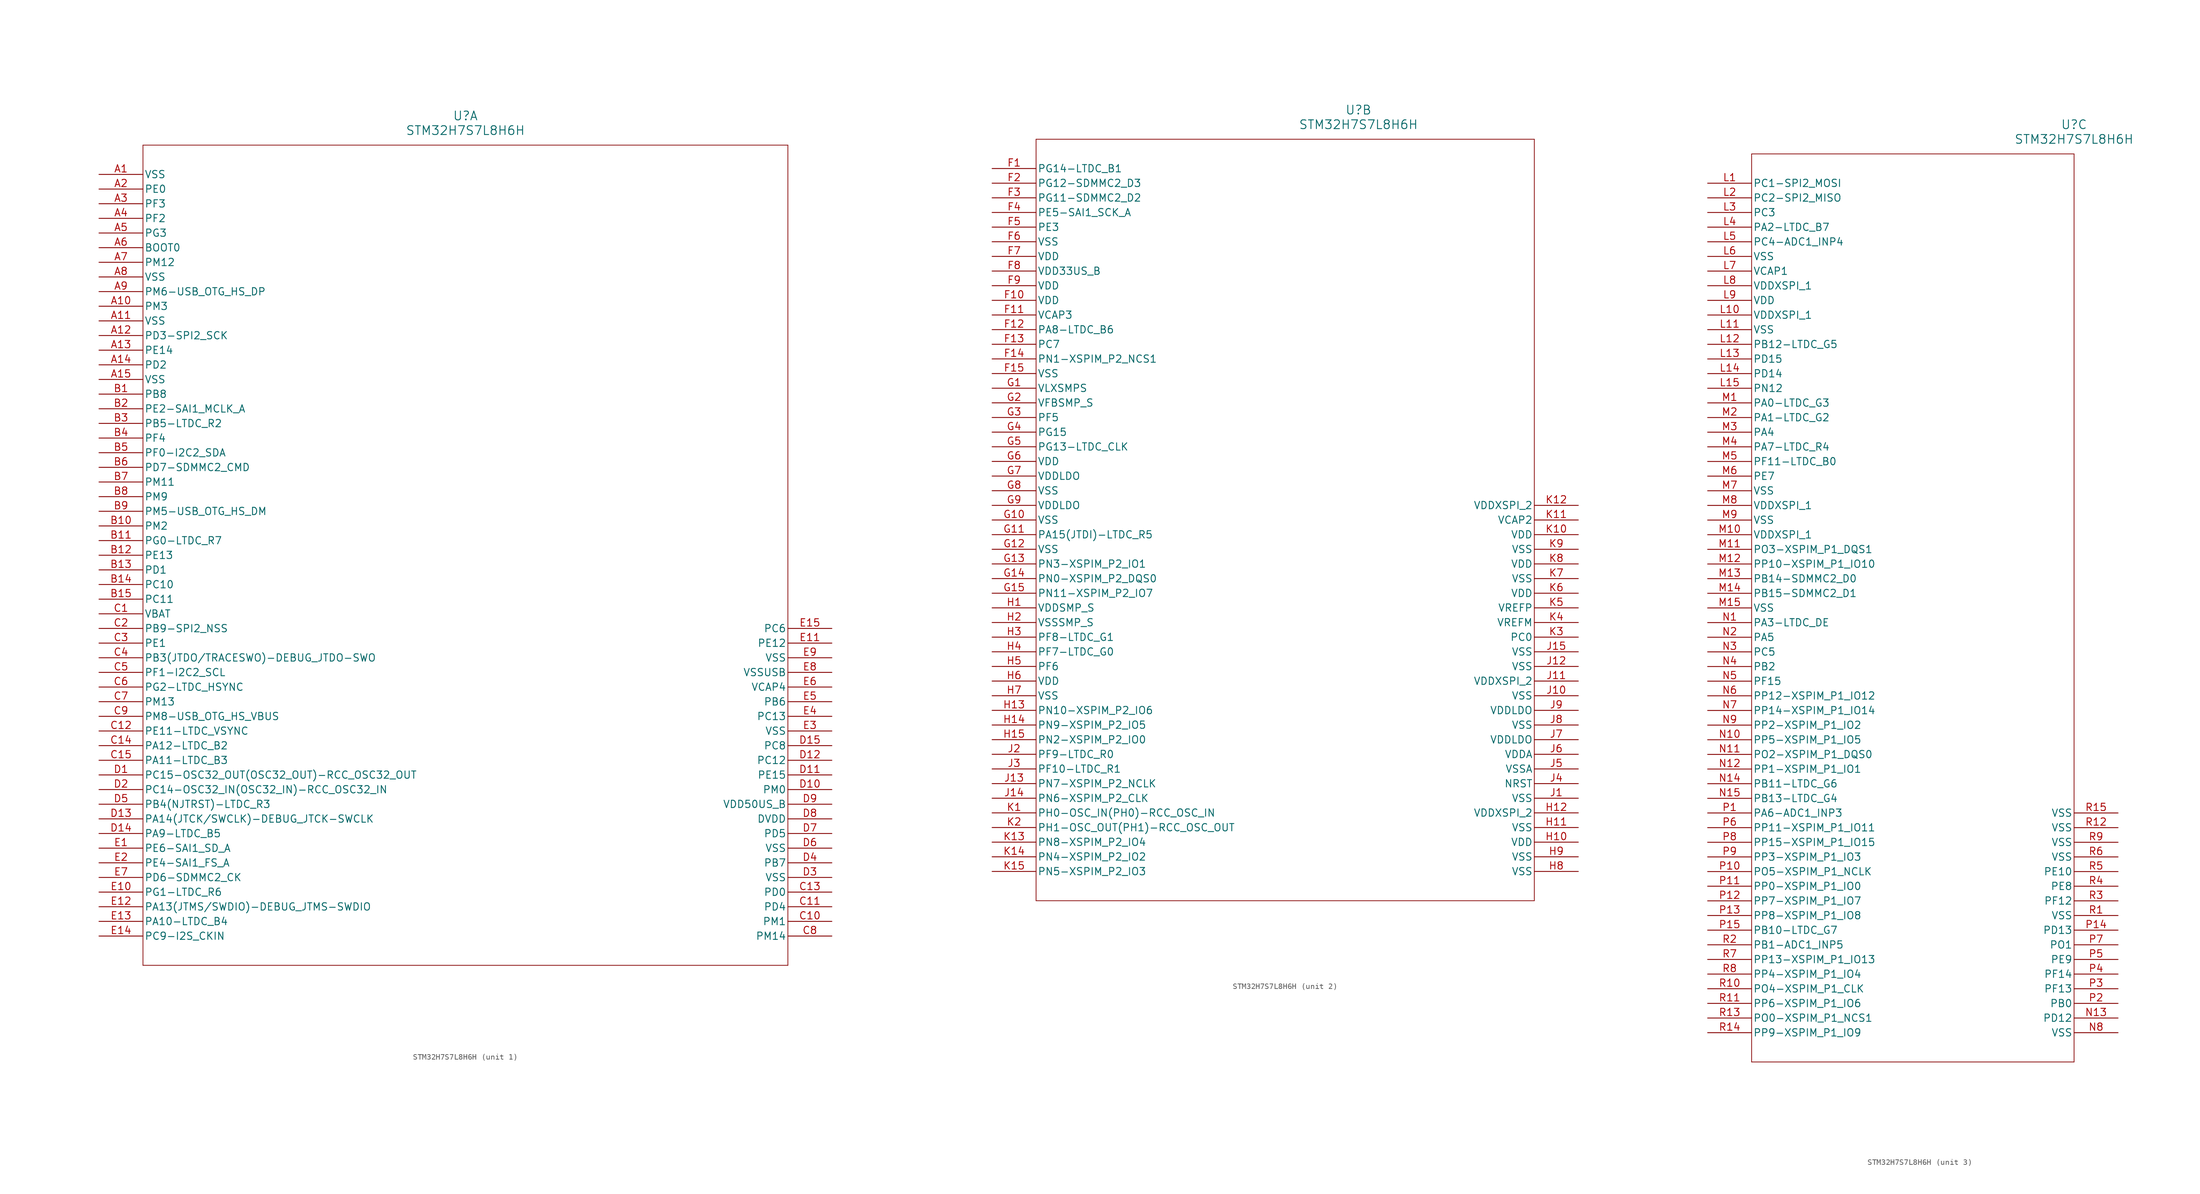
<source format=kicad_sym>
(kicad_symbol_lib
  (version 20211014)
  (generator kicad_symbol_editor)
  (symbol "STM32H7S7L8H6H"
    (pin_names
      (offset 0.254))
    (property "Reference" "U"
      (at 63.5 10.16 0)
      (effects (font (size 1.524 1.524))))
    (property "Value" "STM32H7S7L8H6H"
      (at 63.5 7.62 0)
      (effects (font (size 1.524 1.524))))
    (symbol "STM32H7S7L8H6H_1_1"
      (polyline (pts (xy 7.62 5.08) (xy 7.62 -137.16)) (stroke (width 0.127) (type default) (color 0 0 0 0)) (fill (type none)))
      (polyline (pts (xy 7.62 -137.16) (xy 119.38 -137.16)) (stroke (width 0.127) (type default) (color 0 0 0 0)) (fill (type none)))
      (polyline (pts (xy 119.38 -137.16) (xy 119.38 5.08)) (stroke (width 0.127) (type default) (color 0 0 0 0)) (fill (type none)))
      (polyline (pts (xy 119.38 5.08) (xy 7.62 5.08)) (stroke (width 0.127) (type default) (color 0 0 0 0)) (fill (type none)))
      (pin power_out line (at 0 0 0) (length 7.62) (name "VSS" (effects (font (size 1.27 1.27)))) (number "A1" (effects (font (size 1.27 1.27)))))
      (pin bidirectional line (at 0 -2.54 0) (length 7.62) (name "PE0" (effects (font (size 1.27 1.27)))) (number "A2" (effects (font (size 1.27 1.27)))))
      (pin bidirectional line (at 0 -5.08 0) (length 7.62) (name "PF3" (effects (font (size 1.27 1.27)))) (number "A3" (effects (font (size 1.27 1.27)))))
      (pin bidirectional line (at 0 -7.62 0) (length 7.62) (name "PF2" (effects (font (size 1.27 1.27)))) (number "A4" (effects (font (size 1.27 1.27)))))
      (pin bidirectional line (at 0 -10.16 0) (length 7.62) (name "PG3" (effects (font (size 1.27 1.27)))) (number "A5" (effects (font (size 1.27 1.27)))))
      (pin unspecified line (at 0 -12.7 0) (length 7.62) (name "BOOT0" (effects (font (size 1.27 1.27)))) (number "A6" (effects (font (size 1.27 1.27)))))
      (pin bidirectional line (at 0 -15.24 0) (length 7.62) (name "PM12" (effects (font (size 1.27 1.27)))) (number "A7" (effects (font (size 1.27 1.27)))))
      (pin power_out line (at 0 -17.78 0) (length 7.62) (name "VSS" (effects (font (size 1.27 1.27)))) (number "A8" (effects (font (size 1.27 1.27)))))
      (pin unspecified line (at 0 -20.32 0) (length 7.62) (name "PM6-USB_OTG_HS_DP" (effects (font (size 1.27 1.27)))) (number "A9" (effects (font (size 1.27 1.27)))))
      (pin bidirectional line (at 0 -22.86 0) (length 7.62) (name "PM3" (effects (font (size 1.27 1.27)))) (number "A10" (effects (font (size 1.27 1.27)))))
      (pin power_out line (at 0 -25.4 0) (length 7.62) (name "VSS" (effects (font (size 1.27 1.27)))) (number "A11" (effects (font (size 1.27 1.27)))))
      (pin unspecified line (at 0 -27.94 0) (length 7.62) (name "PD3-SPI2_SCK" (effects (font (size 1.27 1.27)))) (number "A12" (effects (font (size 1.27 1.27)))))
      (pin bidirectional line (at 0 -30.48 0) (length 7.62) (name "PE14" (effects (font (size 1.27 1.27)))) (number "A13" (effects (font (size 1.27 1.27)))))
      (pin bidirectional line (at 0 -33.02 0) (length 7.62) (name "PD2" (effects (font (size 1.27 1.27)))) (number "A14" (effects (font (size 1.27 1.27)))))
      (pin power_out line (at 0 -35.56 0) (length 7.62) (name "VSS" (effects (font (size 1.27 1.27)))) (number "A15" (effects (font (size 1.27 1.27)))))
      (pin bidirectional line (at 0 -38.1 0) (length 7.62) (name "PB8" (effects (font (size 1.27 1.27)))) (number "B1" (effects (font (size 1.27 1.27)))))
      (pin unspecified line (at 0 -40.64 0) (length 7.62) (name "PE2-SAI1_MCLK_A" (effects (font (size 1.27 1.27)))) (number "B2" (effects (font (size 1.27 1.27)))))
      (pin unspecified line (at 0 -43.18 0) (length 7.62) (name "PB5-LTDC_R2" (effects (font (size 1.27 1.27)))) (number "B3" (effects (font (size 1.27 1.27)))))
      (pin bidirectional line (at 0 -45.72 0) (length 7.62) (name "PF4" (effects (font (size 1.27 1.27)))) (number "B4" (effects (font (size 1.27 1.27)))))
      (pin unspecified line (at 0 -48.26 0) (length 7.62) (name "PF0-I2C2_SDA" (effects (font (size 1.27 1.27)))) (number "B5" (effects (font (size 1.27 1.27)))))
      (pin unspecified line (at 0 -50.8 0) (length 7.62) (name "PD7-SDMMC2_CMD" (effects (font (size 1.27 1.27)))) (number "B6" (effects (font (size 1.27 1.27)))))
      (pin bidirectional line (at 0 -53.34 0) (length 7.62) (name "PM11" (effects (font (size 1.27 1.27)))) (number "B7" (effects (font (size 1.27 1.27)))))
      (pin bidirectional line (at 0 -55.88 0) (length 7.62) (name "PM9" (effects (font (size 1.27 1.27)))) (number "B8" (effects (font (size 1.27 1.27)))))
      (pin unspecified line (at 0 -58.42 0) (length 7.62) (name "PM5-USB_OTG_HS_DM" (effects (font (size 1.27 1.27)))) (number "B9" (effects (font (size 1.27 1.27)))))
      (pin bidirectional line (at 0 -60.96 0) (length 7.62) (name "PM2" (effects (font (size 1.27 1.27)))) (number "B10" (effects (font (size 1.27 1.27)))))
      (pin unspecified line (at 0 -63.5 0) (length 7.62) (name "PG0-LTDC_R7" (effects (font (size 1.27 1.27)))) (number "B11" (effects (font (size 1.27 1.27)))))
      (pin bidirectional line (at 0 -66.04 0) (length 7.62) (name "PE13" (effects (font (size 1.27 1.27)))) (number "B12" (effects (font (size 1.27 1.27)))))
      (pin bidirectional line (at 0 -68.58 0) (length 7.62) (name "PD1" (effects (font (size 1.27 1.27)))) (number "B13" (effects (font (size 1.27 1.27)))))
      (pin bidirectional line (at 0 -71.12 0) (length 7.62) (name "PC10" (effects (font (size 1.27 1.27)))) (number "B14" (effects (font (size 1.27 1.27)))))
      (pin bidirectional line (at 0 -73.66 0) (length 7.62) (name "PC11" (effects (font (size 1.27 1.27)))) (number "B15" (effects (font (size 1.27 1.27)))))
      (pin unspecified line (at 0 -76.2 0) (length 7.62) (name "VBAT" (effects (font (size 1.27 1.27)))) (number "C1" (effects (font (size 1.27 1.27)))))
      (pin unspecified line (at 0 -78.74 0) (length 7.62) (name "PB9-SPI2_NSS" (effects (font (size 1.27 1.27)))) (number "C2" (effects (font (size 1.27 1.27)))))
      (pin bidirectional line (at 0 -81.28 0) (length 7.62) (name "PE1" (effects (font (size 1.27 1.27)))) (number "C3" (effects (font (size 1.27 1.27)))))
      (pin unspecified line (at 0 -83.82 0) (length 7.62) (name "PB3(JTDO/TRACESWO)-DEBUG_JTDO-SWO" (effects (font (size 1.27 1.27)))) (number "C4" (effects (font (size 1.27 1.27)))))
      (pin unspecified line (at 0 -86.36 0) (length 7.62) (name "PF1-I2C2_SCL" (effects (font (size 1.27 1.27)))) (number "C5" (effects (font (size 1.27 1.27)))))
      (pin unspecified line (at 0 -88.9 0) (length 7.62) (name "PG2-LTDC_HSYNC" (effects (font (size 1.27 1.27)))) (number "C6" (effects (font (size 1.27 1.27)))))
      (pin bidirectional line (at 0 -91.44 0) (length 7.62) (name "PM13" (effects (font (size 1.27 1.27)))) (number "C7" (effects (font (size 1.27 1.27)))))
      (pin bidirectional line (at 127 -132.08 180) (length 7.62) (name "PM14" (effects (font (size 1.27 1.27)))) (number "C8" (effects (font (size 1.27 1.27)))))
      (pin unspecified line (at 0 -93.98 0) (length 7.62) (name "PM8-USB_OTG_HS_VBUS" (effects (font (size 1.27 1.27)))) (number "C9" (effects (font (size 1.27 1.27)))))
      (pin bidirectional line (at 127 -129.54 180) (length 7.62) (name "PM1" (effects (font (size 1.27 1.27)))) (number "C10" (effects (font (size 1.27 1.27)))))
      (pin bidirectional line (at 127 -127 180) (length 7.62) (name "PD4" (effects (font (size 1.27 1.27)))) (number "C11" (effects (font (size 1.27 1.27)))))
      (pin unspecified line (at 0 -96.52 0) (length 7.62) (name "PE11-LTDC_VSYNC" (effects (font (size 1.27 1.27)))) (number "C12" (effects (font (size 1.27 1.27)))))
      (pin bidirectional line (at 127 -124.46 180) (length 7.62) (name "PD0" (effects (font (size 1.27 1.27)))) (number "C13" (effects (font (size 1.27 1.27)))))
      (pin unspecified line (at 0 -99.06 0) (length 7.62) (name "PA12-LTDC_B2" (effects (font (size 1.27 1.27)))) (number "C14" (effects (font (size 1.27 1.27)))))
      (pin unspecified line (at 0 -101.6 0) (length 7.62) (name "PA11-LTDC_B3" (effects (font (size 1.27 1.27)))) (number "C15" (effects (font (size 1.27 1.27)))))
      (pin unspecified line (at 0 -104.14 0) (length 7.62) (name "PC15-OSC32_OUT(OSC32_OUT)-RCC_OSC32_OUT" (effects (font (size 1.27 1.27)))) (number "D1" (effects (font (size 1.27 1.27)))))
      (pin unspecified line (at 0 -106.68 0) (length 7.62) (name "PC14-OSC32_IN(OSC32_IN)-RCC_OSC32_IN" (effects (font (size 1.27 1.27)))) (number "D2" (effects (font (size 1.27 1.27)))))
      (pin power_out line (at 127 -121.92 180) (length 7.62) (name "VSS" (effects (font (size 1.27 1.27)))) (number "D3" (effects (font (size 1.27 1.27)))))
      (pin bidirectional line (at 127 -119.38 180) (length 7.62) (name "PB7" (effects (font (size 1.27 1.27)))) (number "D4" (effects (font (size 1.27 1.27)))))
      (pin unspecified line (at 0 -109.22 0) (length 7.62) (name "PB4(NJTRST)-LTDC_R3" (effects (font (size 1.27 1.27)))) (number "D5" (effects (font (size 1.27 1.27)))))
      (pin power_out line (at 127 -116.84 180) (length 7.62) (name "VSS" (effects (font (size 1.27 1.27)))) (number "D6" (effects (font (size 1.27 1.27)))))
      (pin bidirectional line (at 127 -114.3 180) (length 7.62) (name "PD5" (effects (font (size 1.27 1.27)))) (number "D7" (effects (font (size 1.27 1.27)))))
      (pin power_in line (at 127 -111.76 180) (length 7.62) (name "DVDD" (effects (font (size 1.27 1.27)))) (number "D8" (effects (font (size 1.27 1.27)))))
      (pin power_in line (at 127 -109.22 180) (length 7.62) (name "VDD50US B" (effects (font (size 1.27 1.27)))) (number "D9" (effects (font (size 1.27 1.27)))))
      (pin bidirectional line (at 127 -106.68 180) (length 7.62) (name "PM0" (effects (font (size 1.27 1.27)))) (number "D10" (effects (font (size 1.27 1.27)))))
      (pin bidirectional line (at 127 -104.14 180) (length 7.62) (name "PE15" (effects (font (size 1.27 1.27)))) (number "D11" (effects (font (size 1.27 1.27)))))
      (pin bidirectional line (at 127 -101.6 180) (length 7.62) (name "PC12" (effects (font (size 1.27 1.27)))) (number "D12" (effects (font (size 1.27 1.27)))))
      (pin unspecified line (at 0 -111.76 0) (length 7.62) (name "PA14(JTCK/SWCLK)-DEBUG_JTCK-SWCLK" (effects (font (size 1.27 1.27)))) (number "D13" (effects (font (size 1.27 1.27)))))
      (pin unspecified line (at 0 -114.3 0) (length 7.62) (name "PA9-LTDC_B5" (effects (font (size 1.27 1.27)))) (number "D14" (effects (font (size 1.27 1.27)))))
      (pin bidirectional line (at 127 -99.06 180) (length 7.62) (name "PC8" (effects (font (size 1.27 1.27)))) (number "D15" (effects (font (size 1.27 1.27)))))
      (pin unspecified line (at 0 -116.84 0) (length 7.62) (name "PE6-SAI1_SD_A" (effects (font (size 1.27 1.27)))) (number "E1" (effects (font (size 1.27 1.27)))))
      (pin unspecified line (at 0 -119.38 0) (length 7.62) (name "PE4-SAI1_FS_A" (effects (font (size 1.27 1.27)))) (number "E2" (effects (font (size 1.27 1.27)))))
      (pin power_out line (at 127 -96.52 180) (length 7.62) (name "VSS" (effects (font (size 1.27 1.27)))) (number "E3" (effects (font (size 1.27 1.27)))))
      (pin bidirectional line (at 127 -93.98 180) (length 7.62) (name "PC13" (effects (font (size 1.27 1.27)))) (number "E4" (effects (font (size 1.27 1.27)))))
      (pin bidirectional line (at 127 -91.44 180) (length 7.62) (name "PB6" (effects (font (size 1.27 1.27)))) (number "E5" (effects (font (size 1.27 1.27)))))
      (pin bidirectional line (at 127 -88.9 180) (length 7.62) (name "VCAP4" (effects (font (size 1.27 1.27)))) (number "E6" (effects (font (size 1.27 1.27)))))
      (pin unspecified line (at 0 -121.92 0) (length 7.62) (name "PD6-SDMMC2_CK" (effects (font (size 1.27 1.27)))) (number "E7" (effects (font (size 1.27 1.27)))))
      (pin power_out line (at 127 -86.36 180) (length 7.62) (name "VSSUSB" (effects (font (size 1.27 1.27)))) (number "E8" (effects (font (size 1.27 1.27)))))
      (pin power_out line (at 127 -83.82 180) (length 7.62) (name "VSS" (effects (font (size 1.27 1.27)))) (number "E9" (effects (font (size 1.27 1.27)))))
      (pin unspecified line (at 0 -124.46 0) (length 7.62) (name "PG1-LTDC_R6" (effects (font (size 1.27 1.27)))) (number "E10" (effects (font (size 1.27 1.27)))))
      (pin bidirectional line (at 127 -81.28 180) (length 7.62) (name "PE12" (effects (font (size 1.27 1.27)))) (number "E11" (effects (font (size 1.27 1.27)))))
      (pin unspecified line (at 0 -127 0) (length 7.62) (name "PA13(JTMS/SWDIO)-DEBUG_JTMS-SWDIO" (effects (font (size 1.27 1.27)))) (number "E12" (effects (font (size 1.27 1.27)))))
      (pin unspecified line (at 0 -129.54 0) (length 7.62) (name "PA10-LTDC_B4" (effects (font (size 1.27 1.27)))) (number "E13" (effects (font (size 1.27 1.27)))))
      (pin unspecified line (at 0 -132.08 0) (length 7.62) (name "PC9-I2S_CKIN" (effects (font (size 1.27 1.27)))) (number "E14" (effects (font (size 1.27 1.27)))))
      (pin bidirectional line (at 127 -78.74 180) (length 7.62) (name "PC6" (effects (font (size 1.27 1.27)))) (number "E15" (effects (font (size 1.27 1.27))))))
    (symbol "STM32H7S7L8H6H_2_1"
      (polyline (pts (xy 7.62 5.08) (xy 7.62 -127)) (stroke (width 0.127) (type default) (color 0 0 0 0)) (fill (type none)))
      (polyline (pts (xy 7.62 -127) (xy 93.98 -127)) (stroke (width 0.127) (type default) (color 0 0 0 0)) (fill (type none)))
      (polyline (pts (xy 93.98 -127) (xy 93.98 5.08)) (stroke (width 0.127) (type default) (color 0 0 0 0)) (fill (type none)))
      (polyline (pts (xy 93.98 5.08) (xy 7.62 5.08)) (stroke (width 0.127) (type default) (color 0 0 0 0)) (fill (type none)))
      (pin unspecified line (at 0 0 0) (length 7.62) (name "PG14-LTDC_B1" (effects (font (size 1.27 1.27)))) (number "F1" (effects (font (size 1.27 1.27)))))
      (pin unspecified line (at 0 -2.54 0) (length 7.62) (name "PG12-SDMMC2_D3" (effects (font (size 1.27 1.27)))) (number "F2" (effects (font (size 1.27 1.27)))))
      (pin unspecified line (at 0 -5.08 0) (length 7.62) (name "PG11-SDMMC2_D2" (effects (font (size 1.27 1.27)))) (number "F3" (effects (font (size 1.27 1.27)))))
      (pin unspecified line (at 0 -7.62 0) (length 7.62) (name "PE5-SAI1_SCK_A" (effects (font (size 1.27 1.27)))) (number "F4" (effects (font (size 1.27 1.27)))))
      (pin bidirectional line (at 0 -10.16 0) (length 7.62) (name "PE3" (effects (font (size 1.27 1.27)))) (number "F5" (effects (font (size 1.27 1.27)))))
      (pin power_out line (at 0 -12.7 0) (length 7.62) (name "VSS" (effects (font (size 1.27 1.27)))) (number "F6" (effects (font (size 1.27 1.27)))))
      (pin power_in line (at 0 -15.24 0) (length 7.62) (name "VDD" (effects (font (size 1.27 1.27)))) (number "F7" (effects (font (size 1.27 1.27)))))
      (pin power_in line (at 0 -17.78 0) (length 7.62) (name "VDD33US B" (effects (font (size 1.27 1.27)))) (number "F8" (effects (font (size 1.27 1.27)))))
      (pin power_in line (at 0 -20.32 0) (length 7.62) (name "VDD" (effects (font (size 1.27 1.27)))) (number "F9" (effects (font (size 1.27 1.27)))))
      (pin power_in line (at 0 -22.86 0) (length 7.62) (name "VDD" (effects (font (size 1.27 1.27)))) (number "F10" (effects (font (size 1.27 1.27)))))
      (pin bidirectional line (at 0 -25.4 0) (length 7.62) (name "VCAP3" (effects (font (size 1.27 1.27)))) (number "F11" (effects (font (size 1.27 1.27)))))
      (pin unspecified line (at 0 -27.94 0) (length 7.62) (name "PA8-LTDC_B6" (effects (font (size 1.27 1.27)))) (number "F12" (effects (font (size 1.27 1.27)))))
      (pin bidirectional line (at 0 -30.48 0) (length 7.62) (name "PC7" (effects (font (size 1.27 1.27)))) (number "F13" (effects (font (size 1.27 1.27)))))
      (pin unspecified line (at 0 -33.02 0) (length 7.62) (name "PN1-XSPIM_P2_NCS1" (effects (font (size 1.27 1.27)))) (number "F14" (effects (font (size 1.27 1.27)))))
      (pin power_out line (at 0 -35.56 0) (length 7.62) (name "VSS" (effects (font (size 1.27 1.27)))) (number "F15" (effects (font (size 1.27 1.27)))))
      (pin unspecified line (at 0 -38.1 0) (length 7.62) (name "VLXSMPS" (effects (font (size 1.27 1.27)))) (number "G1" (effects (font (size 1.27 1.27)))))
      (pin unspecified line (at 0 -40.64 0) (length 7.62) (name "VFBSMP S" (effects (font (size 1.27 1.27)))) (number "G2" (effects (font (size 1.27 1.27)))))
      (pin bidirectional line (at 0 -43.18 0) (length 7.62) (name "PF5" (effects (font (size 1.27 1.27)))) (number "G3" (effects (font (size 1.27 1.27)))))
      (pin bidirectional line (at 0 -45.72 0) (length 7.62) (name "PG15" (effects (font (size 1.27 1.27)))) (number "G4" (effects (font (size 1.27 1.27)))))
      (pin unspecified line (at 0 -48.26 0) (length 7.62) (name "PG13-LTDC_CLK" (effects (font (size 1.27 1.27)))) (number "G5" (effects (font (size 1.27 1.27)))))
      (pin power_in line (at 0 -50.8 0) (length 7.62) (name "VDD" (effects (font (size 1.27 1.27)))) (number "G6" (effects (font (size 1.27 1.27)))))
      (pin power_in line (at 0 -53.34 0) (length 7.62) (name "VDDLDO" (effects (font (size 1.27 1.27)))) (number "G7" (effects (font (size 1.27 1.27)))))
      (pin power_out line (at 0 -55.88 0) (length 7.62) (name "VSS" (effects (font (size 1.27 1.27)))) (number "G8" (effects (font (size 1.27 1.27)))))
      (pin power_in line (at 0 -58.42 0) (length 7.62) (name "VDDLDO" (effects (font (size 1.27 1.27)))) (number "G9" (effects (font (size 1.27 1.27)))))
      (pin power_out line (at 0 -60.96 0) (length 7.62) (name "VSS" (effects (font (size 1.27 1.27)))) (number "G10" (effects (font (size 1.27 1.27)))))
      (pin unspecified line (at 0 -63.5 0) (length 7.62) (name "PA15(JTDI)-LTDC_R5" (effects (font (size 1.27 1.27)))) (number "G11" (effects (font (size 1.27 1.27)))))
      (pin power_out line (at 0 -66.04 0) (length 7.62) (name "VSS" (effects (font (size 1.27 1.27)))) (number "G12" (effects (font (size 1.27 1.27)))))
      (pin unspecified line (at 0 -68.58 0) (length 7.62) (name "PN3-XSPIM_P2_IO1" (effects (font (size 1.27 1.27)))) (number "G13" (effects (font (size 1.27 1.27)))))
      (pin unspecified line (at 0 -71.12 0) (length 7.62) (name "PN0-XSPIM_P2_DQS0" (effects (font (size 1.27 1.27)))) (number "G14" (effects (font (size 1.27 1.27)))))
      (pin unspecified line (at 0 -73.66 0) (length 7.62) (name "PN11-XSPIM_P2_IO7" (effects (font (size 1.27 1.27)))) (number "G15" (effects (font (size 1.27 1.27)))))
      (pin power_in line (at 0 -76.2 0) (length 7.62) (name "VDDSMP S" (effects (font (size 1.27 1.27)))) (number "H1" (effects (font (size 1.27 1.27)))))
      (pin power_out line (at 0 -78.74 0) (length 7.62) (name "VSSSMP S" (effects (font (size 1.27 1.27)))) (number "H2" (effects (font (size 1.27 1.27)))))
      (pin unspecified line (at 0 -81.28 0) (length 7.62) (name "PF8-LTDC_G1" (effects (font (size 1.27 1.27)))) (number "H3" (effects (font (size 1.27 1.27)))))
      (pin unspecified line (at 0 -83.82 0) (length 7.62) (name "PF7-LTDC_G0" (effects (font (size 1.27 1.27)))) (number "H4" (effects (font (size 1.27 1.27)))))
      (pin bidirectional line (at 0 -86.36 0) (length 7.62) (name "PF6" (effects (font (size 1.27 1.27)))) (number "H5" (effects (font (size 1.27 1.27)))))
      (pin power_in line (at 0 -88.9 0) (length 7.62) (name "VDD" (effects (font (size 1.27 1.27)))) (number "H6" (effects (font (size 1.27 1.27)))))
      (pin power_out line (at 0 -91.44 0) (length 7.62) (name "VSS" (effects (font (size 1.27 1.27)))) (number "H7" (effects (font (size 1.27 1.27)))))
      (pin power_out line (at 101.6 -121.92 180) (length 7.62) (name "VSS" (effects (font (size 1.27 1.27)))) (number "H8" (effects (font (size 1.27 1.27)))))
      (pin power_out line (at 101.6 -119.38 180) (length 7.62) (name "VSS" (effects (font (size 1.27 1.27)))) (number "H9" (effects (font (size 1.27 1.27)))))
      (pin power_in line (at 101.6 -116.84 180) (length 7.62) (name "VDD" (effects (font (size 1.27 1.27)))) (number "H10" (effects (font (size 1.27 1.27)))))
      (pin power_out line (at 101.6 -114.3 180) (length 7.62) (name "VSS" (effects (font (size 1.27 1.27)))) (number "H11" (effects (font (size 1.27 1.27)))))
      (pin power_in line (at 101.6 -111.76 180) (length 7.62) (name "VDDXSPI 2" (effects (font (size 1.27 1.27)))) (number "H12" (effects (font (size 1.27 1.27)))))
      (pin unspecified line (at 0 -93.98 0) (length 7.62) (name "PN10-XSPIM_P2_IO6" (effects (font (size 1.27 1.27)))) (number "H13" (effects (font (size 1.27 1.27)))))
      (pin unspecified line (at 0 -96.52 0) (length 7.62) (name "PN9-XSPIM_P2_IO5" (effects (font (size 1.27 1.27)))) (number "H14" (effects (font (size 1.27 1.27)))))
      (pin unspecified line (at 0 -99.06 0) (length 7.62) (name "PN2-XSPIM_P2_IO0" (effects (font (size 1.27 1.27)))) (number "H15" (effects (font (size 1.27 1.27)))))
      (pin power_out line (at 101.6 -109.22 180) (length 7.62) (name "VSS" (effects (font (size 1.27 1.27)))) (number "J1" (effects (font (size 1.27 1.27)))))
      (pin unspecified line (at 0 -101.6 0) (length 7.62) (name "PF9-LTDC_R0" (effects (font (size 1.27 1.27)))) (number "J2" (effects (font (size 1.27 1.27)))))
      (pin unspecified line (at 0 -104.14 0) (length 7.62) (name "PF10-LTDC_R1" (effects (font (size 1.27 1.27)))) (number "J3" (effects (font (size 1.27 1.27)))))
      (pin unspecified line (at 101.6 -106.68 180) (length 7.62) (name "NRST" (effects (font (size 1.27 1.27)))) (number "J4" (effects (font (size 1.27 1.27)))))
      (pin power_out line (at 101.6 -104.14 180) (length 7.62) (name "VSSA" (effects (font (size 1.27 1.27)))) (number "J5" (effects (font (size 1.27 1.27)))))
      (pin power_in line (at 101.6 -101.6 180) (length 7.62) (name "VDDA" (effects (font (size 1.27 1.27)))) (number "J6" (effects (font (size 1.27 1.27)))))
      (pin power_in line (at 101.6 -99.06 180) (length 7.62) (name "VDDLDO" (effects (font (size 1.27 1.27)))) (number "J7" (effects (font (size 1.27 1.27)))))
      (pin power_out line (at 101.6 -96.52 180) (length 7.62) (name "VSS" (effects (font (size 1.27 1.27)))) (number "J8" (effects (font (size 1.27 1.27)))))
      (pin power_in line (at 101.6 -93.98 180) (length 7.62) (name "VDDLDO" (effects (font (size 1.27 1.27)))) (number "J9" (effects (font (size 1.27 1.27)))))
      (pin power_out line (at 101.6 -91.44 180) (length 7.62) (name "VSS" (effects (font (size 1.27 1.27)))) (number "J10" (effects (font (size 1.27 1.27)))))
      (pin power_in line (at 101.6 -88.9 180) (length 7.62) (name "VDDXSPI 2" (effects (font (size 1.27 1.27)))) (number "J11" (effects (font (size 1.27 1.27)))))
      (pin power_out line (at 101.6 -86.36 180) (length 7.62) (name "VSS" (effects (font (size 1.27 1.27)))) (number "J12" (effects (font (size 1.27 1.27)))))
      (pin unspecified line (at 0 -106.68 0) (length 7.62) (name "PN7-XSPIM_P2_NCLK" (effects (font (size 1.27 1.27)))) (number "J13" (effects (font (size 1.27 1.27)))))
      (pin unspecified line (at 0 -109.22 0) (length 7.62) (name "PN6-XSPIM_P2_CLK" (effects (font (size 1.27 1.27)))) (number "J14" (effects (font (size 1.27 1.27)))))
      (pin power_out line (at 101.6 -83.82 180) (length 7.62) (name "VSS" (effects (font (size 1.27 1.27)))) (number "J15" (effects (font (size 1.27 1.27)))))
      (pin unspecified line (at 0 -111.76 0) (length 7.62) (name "PH0-OSC_IN(PH0)-RCC_OSC_IN" (effects (font (size 1.27 1.27)))) (number "K1" (effects (font (size 1.27 1.27)))))
      (pin unspecified line (at 0 -114.3 0) (length 7.62) (name "PH1-OSC_OUT(PH1)-RCC_OSC_OUT" (effects (font (size 1.27 1.27)))) (number "K2" (effects (font (size 1.27 1.27)))))
      (pin bidirectional line (at 101.6 -81.28 180) (length 7.62) (name "PC0" (effects (font (size 1.27 1.27)))) (number "K3" (effects (font (size 1.27 1.27)))))
      (pin power_in line (at 101.6 -78.74 180) (length 7.62) (name "VREFM" (effects (font (size 1.27 1.27)))) (number "K4" (effects (font (size 1.27 1.27)))))
      (pin power_in line (at 101.6 -76.2 180) (length 7.62) (name "VREFP" (effects (font (size 1.27 1.27)))) (number "K5" (effects (font (size 1.27 1.27)))))
      (pin power_in line (at 101.6 -73.66 180) (length 7.62) (name "VDD" (effects (font (size 1.27 1.27)))) (number "K6" (effects (font (size 1.27 1.27)))))
      (pin power_out line (at 101.6 -71.12 180) (length 7.62) (name "VSS" (effects (font (size 1.27 1.27)))) (number "K7" (effects (font (size 1.27 1.27)))))
      (pin power_in line (at 101.6 -68.58 180) (length 7.62) (name "VDD" (effects (font (size 1.27 1.27)))) (number "K8" (effects (font (size 1.27 1.27)))))
      (pin power_out line (at 101.6 -66.04 180) (length 7.62) (name "VSS" (effects (font (size 1.27 1.27)))) (number "K9" (effects (font (size 1.27 1.27)))))
      (pin power_in line (at 101.6 -63.5 180) (length 7.62) (name "VDD" (effects (font (size 1.27 1.27)))) (number "K10" (effects (font (size 1.27 1.27)))))
      (pin bidirectional line (at 101.6 -60.96 180) (length 7.62) (name "VCAP2" (effects (font (size 1.27 1.27)))) (number "K11" (effects (font (size 1.27 1.27)))))
      (pin power_in line (at 101.6 -58.42 180) (length 7.62) (name "VDDXSPI 2" (effects (font (size 1.27 1.27)))) (number "K12" (effects (font (size 1.27 1.27)))))
      (pin unspecified line (at 0 -116.84 0) (length 7.62) (name "PN8-XSPIM_P2_IO4" (effects (font (size 1.27 1.27)))) (number "K13" (effects (font (size 1.27 1.27)))))
      (pin unspecified line (at 0 -119.38 0) (length 7.62) (name "PN4-XSPIM_P2_IO2" (effects (font (size 1.27 1.27)))) (number "K14" (effects (font (size 1.27 1.27)))))
      (pin unspecified line (at 0 -121.92 0) (length 7.62) (name "PN5-XSPIM_P2_IO3" (effects (font (size 1.27 1.27)))) (number "K15" (effects (font (size 1.27 1.27))))))
    (symbol "STM32H7S7L8H6H_3_1"
      (polyline (pts (xy 7.62 5.08) (xy 7.62 -152.4)) (stroke (width 0.127) (type default) (color 0 0 0 0)) (fill (type none)))
      (polyline (pts (xy 7.62 -152.4) (xy 63.5 -152.4)) (stroke (width 0.127) (type default) (color 0 0 0 0)) (fill (type none)))
      (polyline (pts (xy 63.5 -152.4) (xy 63.5 5.08)) (stroke (width 0.127) (type default) (color 0 0 0 0)) (fill (type none)))
      (polyline (pts (xy 63.5 5.08) (xy 7.62 5.08)) (stroke (width 0.127) (type default) (color 0 0 0 0)) (fill (type none)))
      (pin unspecified line (at 0 0 0) (length 7.62) (name "PC1-SPI2_MOSI" (effects (font (size 1.27 1.27)))) (number "L1" (effects (font (size 1.27 1.27)))))
      (pin unspecified line (at 0 -2.54 0) (length 7.62) (name "PC2-SPI2_MISO" (effects (font (size 1.27 1.27)))) (number "L2" (effects (font (size 1.27 1.27)))))
      (pin bidirectional line (at 0 -5.08 0) (length 7.62) (name "PC3" (effects (font (size 1.27 1.27)))) (number "L3" (effects (font (size 1.27 1.27)))))
      (pin unspecified line (at 0 -7.62 0) (length 7.62) (name "PA2-LTDC_B7" (effects (font (size 1.27 1.27)))) (number "L4" (effects (font (size 1.27 1.27)))))
      (pin unspecified line (at 0 -10.16 0) (length 7.62) (name "PC4-ADC1_INP4" (effects (font (size 1.27 1.27)))) (number "L5" (effects (font (size 1.27 1.27)))))
      (pin power_out line (at 0 -12.7 0) (length 7.62) (name "VSS" (effects (font (size 1.27 1.27)))) (number "L6" (effects (font (size 1.27 1.27)))))
      (pin bidirectional line (at 0 -15.24 0) (length 7.62) (name "VCAP1" (effects (font (size 1.27 1.27)))) (number "L7" (effects (font (size 1.27 1.27)))))
      (pin power_in line (at 0 -17.78 0) (length 7.62) (name "VDDXSPI 1" (effects (font (size 1.27 1.27)))) (number "L8" (effects (font (size 1.27 1.27)))))
      (pin power_in line (at 0 -20.32 0) (length 7.62) (name "VDD" (effects (font (size 1.27 1.27)))) (number "L9" (effects (font (size 1.27 1.27)))))
      (pin power_in line (at 0 -22.86 0) (length 7.62) (name "VDDXSPI 1" (effects (font (size 1.27 1.27)))) (number "L10" (effects (font (size 1.27 1.27)))))
      (pin power_out line (at 0 -25.4 0) (length 7.62) (name "VSS" (effects (font (size 1.27 1.27)))) (number "L11" (effects (font (size 1.27 1.27)))))
      (pin unspecified line (at 0 -27.94 0) (length 7.62) (name "PB12-LTDC_G5" (effects (font (size 1.27 1.27)))) (number "L12" (effects (font (size 1.27 1.27)))))
      (pin bidirectional line (at 0 -30.48 0) (length 7.62) (name "PD15" (effects (font (size 1.27 1.27)))) (number "L13" (effects (font (size 1.27 1.27)))))
      (pin bidirectional line (at 0 -33.02 0) (length 7.62) (name "PD14" (effects (font (size 1.27 1.27)))) (number "L14" (effects (font (size 1.27 1.27)))))
      (pin bidirectional line (at 0 -35.56 0) (length 7.62) (name "PN12" (effects (font (size 1.27 1.27)))) (number "L15" (effects (font (size 1.27 1.27)))))
      (pin unspecified line (at 0 -38.1 0) (length 7.62) (name "PA0-LTDC_G3" (effects (font (size 1.27 1.27)))) (number "M1" (effects (font (size 1.27 1.27)))))
      (pin unspecified line (at 0 -40.64 0) (length 7.62) (name "PA1-LTDC_G2" (effects (font (size 1.27 1.27)))) (number "M2" (effects (font (size 1.27 1.27)))))
      (pin bidirectional line (at 0 -43.18 0) (length 7.62) (name "PA4" (effects (font (size 1.27 1.27)))) (number "M3" (effects (font (size 1.27 1.27)))))
      (pin unspecified line (at 0 -45.72 0) (length 7.62) (name "PA7-LTDC_R4" (effects (font (size 1.27 1.27)))) (number "M4" (effects (font (size 1.27 1.27)))))
      (pin unspecified line (at 0 -48.26 0) (length 7.62) (name "PF11-LTDC_B0" (effects (font (size 1.27 1.27)))) (number "M5" (effects (font (size 1.27 1.27)))))
      (pin bidirectional line (at 0 -50.8 0) (length 7.62) (name "PE7" (effects (font (size 1.27 1.27)))) (number "M6" (effects (font (size 1.27 1.27)))))
      (pin power_out line (at 0 -53.34 0) (length 7.62) (name "VSS" (effects (font (size 1.27 1.27)))) (number "M7" (effects (font (size 1.27 1.27)))))
      (pin power_in line (at 0 -55.88 0) (length 7.62) (name "VDDXSPI 1" (effects (font (size 1.27 1.27)))) (number "M8" (effects (font (size 1.27 1.27)))))
      (pin power_out line (at 0 -58.42 0) (length 7.62) (name "VSS" (effects (font (size 1.27 1.27)))) (number "M9" (effects (font (size 1.27 1.27)))))
      (pin power_in line (at 0 -60.96 0) (length 7.62) (name "VDDXSPI 1" (effects (font (size 1.27 1.27)))) (number "M10" (effects (font (size 1.27 1.27)))))
      (pin unspecified line (at 0 -63.5 0) (length 7.62) (name "PO3-XSPIM_P1_DQS1" (effects (font (size 1.27 1.27)))) (number "M11" (effects (font (size 1.27 1.27)))))
      (pin unspecified line (at 0 -66.04 0) (length 7.62) (name "PP10-XSPIM_P1_IO10" (effects (font (size 1.27 1.27)))) (number "M12" (effects (font (size 1.27 1.27)))))
      (pin unspecified line (at 0 -68.58 0) (length 7.62) (name "PB14-SDMMC2_D0" (effects (font (size 1.27 1.27)))) (number "M13" (effects (font (size 1.27 1.27)))))
      (pin unspecified line (at 0 -71.12 0) (length 7.62) (name "PB15-SDMMC2_D1" (effects (font (size 1.27 1.27)))) (number "M14" (effects (font (size 1.27 1.27)))))
      (pin power_out line (at 0 -73.66 0) (length 7.62) (name "VSS" (effects (font (size 1.27 1.27)))) (number "M15" (effects (font (size 1.27 1.27)))))
      (pin unspecified line (at 0 -76.2 0) (length 7.62) (name "PA3-LTDC_DE" (effects (font (size 1.27 1.27)))) (number "N1" (effects (font (size 1.27 1.27)))))
      (pin bidirectional line (at 0 -78.74 0) (length 7.62) (name "PA5" (effects (font (size 1.27 1.27)))) (number "N2" (effects (font (size 1.27 1.27)))))
      (pin bidirectional line (at 0 -81.28 0) (length 7.62) (name "PC5" (effects (font (size 1.27 1.27)))) (number "N3" (effects (font (size 1.27 1.27)))))
      (pin bidirectional line (at 0 -83.82 0) (length 7.62) (name "PB2" (effects (font (size 1.27 1.27)))) (number "N4" (effects (font (size 1.27 1.27)))))
      (pin bidirectional line (at 0 -86.36 0) (length 7.62) (name "PF15" (effects (font (size 1.27 1.27)))) (number "N5" (effects (font (size 1.27 1.27)))))
      (pin unspecified line (at 0 -88.9 0) (length 7.62) (name "PP12-XSPIM_P1_IO12" (effects (font (size 1.27 1.27)))) (number "N6" (effects (font (size 1.27 1.27)))))
      (pin unspecified line (at 0 -91.44 0) (length 7.62) (name "PP14-XSPIM_P1_IO14" (effects (font (size 1.27 1.27)))) (number "N7" (effects (font (size 1.27 1.27)))))
      (pin power_out line (at 71.12 -147.32 180) (length 7.62) (name "VSS" (effects (font (size 1.27 1.27)))) (number "N8" (effects (font (size 1.27 1.27)))))
      (pin unspecified line (at 0 -93.98 0) (length 7.62) (name "PP2-XSPIM_P1_IO2" (effects (font (size 1.27 1.27)))) (number "N9" (effects (font (size 1.27 1.27)))))
      (pin unspecified line (at 0 -96.52 0) (length 7.62) (name "PP5-XSPIM_P1_IO5" (effects (font (size 1.27 1.27)))) (number "N10" (effects (font (size 1.27 1.27)))))
      (pin unspecified line (at 0 -99.06 0) (length 7.62) (name "PO2-XSPIM_P1_DQS0" (effects (font (size 1.27 1.27)))) (number "N11" (effects (font (size 1.27 1.27)))))
      (pin unspecified line (at 0 -101.6 0) (length 7.62) (name "PP1-XSPIM_P1_IO1" (effects (font (size 1.27 1.27)))) (number "N12" (effects (font (size 1.27 1.27)))))
      (pin bidirectional line (at 71.12 -144.78 180) (length 7.62) (name "PD12" (effects (font (size 1.27 1.27)))) (number "N13" (effects (font (size 1.27 1.27)))))
      (pin unspecified line (at 0 -104.14 0) (length 7.62) (name "PB11-LTDC_G6" (effects (font (size 1.27 1.27)))) (number "N14" (effects (font (size 1.27 1.27)))))
      (pin unspecified line (at 0 -106.68 0) (length 7.62) (name "PB13-LTDC_G4" (effects (font (size 1.27 1.27)))) (number "N15" (effects (font (size 1.27 1.27)))))
      (pin unspecified line (at 0 -109.22 0) (length 7.62) (name "PA6-ADC1_INP3" (effects (font (size 1.27 1.27)))) (number "P1" (effects (font (size 1.27 1.27)))))
      (pin bidirectional line (at 71.12 -142.24 180) (length 7.62) (name "PB0" (effects (font (size 1.27 1.27)))) (number "P2" (effects (font (size 1.27 1.27)))))
      (pin bidirectional line (at 71.12 -139.7 180) (length 7.62) (name "PF13" (effects (font (size 1.27 1.27)))) (number "P3" (effects (font (size 1.27 1.27)))))
      (pin bidirectional line (at 71.12 -137.16 180) (length 7.62) (name "PF14" (effects (font (size 1.27 1.27)))) (number "P4" (effects (font (size 1.27 1.27)))))
      (pin bidirectional line (at 71.12 -134.62 180) (length 7.62) (name "PE9" (effects (font (size 1.27 1.27)))) (number "P5" (effects (font (size 1.27 1.27)))))
      (pin unspecified line (at 0 -111.76 0) (length 7.62) (name "PP11-XSPIM_P1_IO11" (effects (font (size 1.27 1.27)))) (number "P6" (effects (font (size 1.27 1.27)))))
      (pin bidirectional line (at 71.12 -132.08 180) (length 7.62) (name "PO1" (effects (font (size 1.27 1.27)))) (number "P7" (effects (font (size 1.27 1.27)))))
      (pin unspecified line (at 0 -114.3 0) (length 7.62) (name "PP15-XSPIM_P1_IO15" (effects (font (size 1.27 1.27)))) (number "P8" (effects (font (size 1.27 1.27)))))
      (pin unspecified line (at 0 -116.84 0) (length 7.62) (name "PP3-XSPIM_P1_IO3" (effects (font (size 1.27 1.27)))) (number "P9" (effects (font (size 1.27 1.27)))))
      (pin unspecified line (at 0 -119.38 0) (length 7.62) (name "PO5-XSPIM_P1_NCLK" (effects (font (size 1.27 1.27)))) (number "P10" (effects (font (size 1.27 1.27)))))
      (pin unspecified line (at 0 -121.92 0) (length 7.62) (name "PP0-XSPIM_P1_IO0" (effects (font (size 1.27 1.27)))) (number "P11" (effects (font (size 1.27 1.27)))))
      (pin unspecified line (at 0 -124.46 0) (length 7.62) (name "PP7-XSPIM_P1_IO7" (effects (font (size 1.27 1.27)))) (number "P12" (effects (font (size 1.27 1.27)))))
      (pin unspecified line (at 0 -127 0) (length 7.62) (name "PP8-XSPIM_P1_IO8" (effects (font (size 1.27 1.27)))) (number "P13" (effects (font (size 1.27 1.27)))))
      (pin bidirectional line (at 71.12 -129.54 180) (length 7.62) (name "PD13" (effects (font (size 1.27 1.27)))) (number "P14" (effects (font (size 1.27 1.27)))))
      (pin unspecified line (at 0 -129.54 0) (length 7.62) (name "PB10-LTDC_G7" (effects (font (size 1.27 1.27)))) (number "P15" (effects (font (size 1.27 1.27)))))
      (pin power_out line (at 71.12 -127 180) (length 7.62) (name "VSS" (effects (font (size 1.27 1.27)))) (number "R1" (effects (font (size 1.27 1.27)))))
      (pin unspecified line (at 0 -132.08 0) (length 7.62) (name "PB1-ADC1_INP5" (effects (font (size 1.27 1.27)))) (number "R2" (effects (font (size 1.27 1.27)))))
      (pin bidirectional line (at 71.12 -124.46 180) (length 7.62) (name "PF12" (effects (font (size 1.27 1.27)))) (number "R3" (effects (font (size 1.27 1.27)))))
      (pin bidirectional line (at 71.12 -121.92 180) (length 7.62) (name "PE8" (effects (font (size 1.27 1.27)))) (number "R4" (effects (font (size 1.27 1.27)))))
      (pin bidirectional line (at 71.12 -119.38 180) (length 7.62) (name "PE10" (effects (font (size 1.27 1.27)))) (number "R5" (effects (font (size 1.27 1.27)))))
      (pin power_out line (at 71.12 -116.84 180) (length 7.62) (name "VSS" (effects (font (size 1.27 1.27)))) (number "R6" (effects (font (size 1.27 1.27)))))
      (pin unspecified line (at 0 -134.62 0) (length 7.62) (name "PP13-XSPIM_P1_IO13" (effects (font (size 1.27 1.27)))) (number "R7" (effects (font (size 1.27 1.27)))))
      (pin unspecified line (at 0 -137.16 0) (length 7.62) (name "PP4-XSPIM_P1_IO4" (effects (font (size 1.27 1.27)))) (number "R8" (effects (font (size 1.27 1.27)))))
      (pin power_out line (at 71.12 -114.3 180) (length 7.62) (name "VSS" (effects (font (size 1.27 1.27)))) (number "R9" (effects (font (size 1.27 1.27)))))
      (pin unspecified line (at 0 -139.7 0) (length 7.62) (name "PO4-XSPIM_P1_CLK" (effects (font (size 1.27 1.27)))) (number "R10" (effects (font (size 1.27 1.27)))))
      (pin unspecified line (at 0 -142.24 0) (length 7.62) (name "PP6-XSPIM_P1_IO6" (effects (font (size 1.27 1.27)))) (number "R11" (effects (font (size 1.27 1.27)))))
      (pin power_out line (at 71.12 -111.76 180) (length 7.62) (name "VSS" (effects (font (size 1.27 1.27)))) (number "R12" (effects (font (size 1.27 1.27)))))
      (pin unspecified line (at 0 -144.78 0) (length 7.62) (name "PO0-XSPIM_P1_NCS1" (effects (font (size 1.27 1.27)))) (number "R13" (effects (font (size 1.27 1.27)))))
      (pin unspecified line (at 0 -147.32 0) (length 7.62) (name "PP9-XSPIM_P1_IO9" (effects (font (size 1.27 1.27)))) (number "R14" (effects (font (size 1.27 1.27)))))
      (pin power_out line (at 71.12 -109.22 180) (length 7.62) (name "VSS" (effects (font (size 1.27 1.27)))) (number "R15" (effects (font (size 1.27 1.27))))))))
</source>
